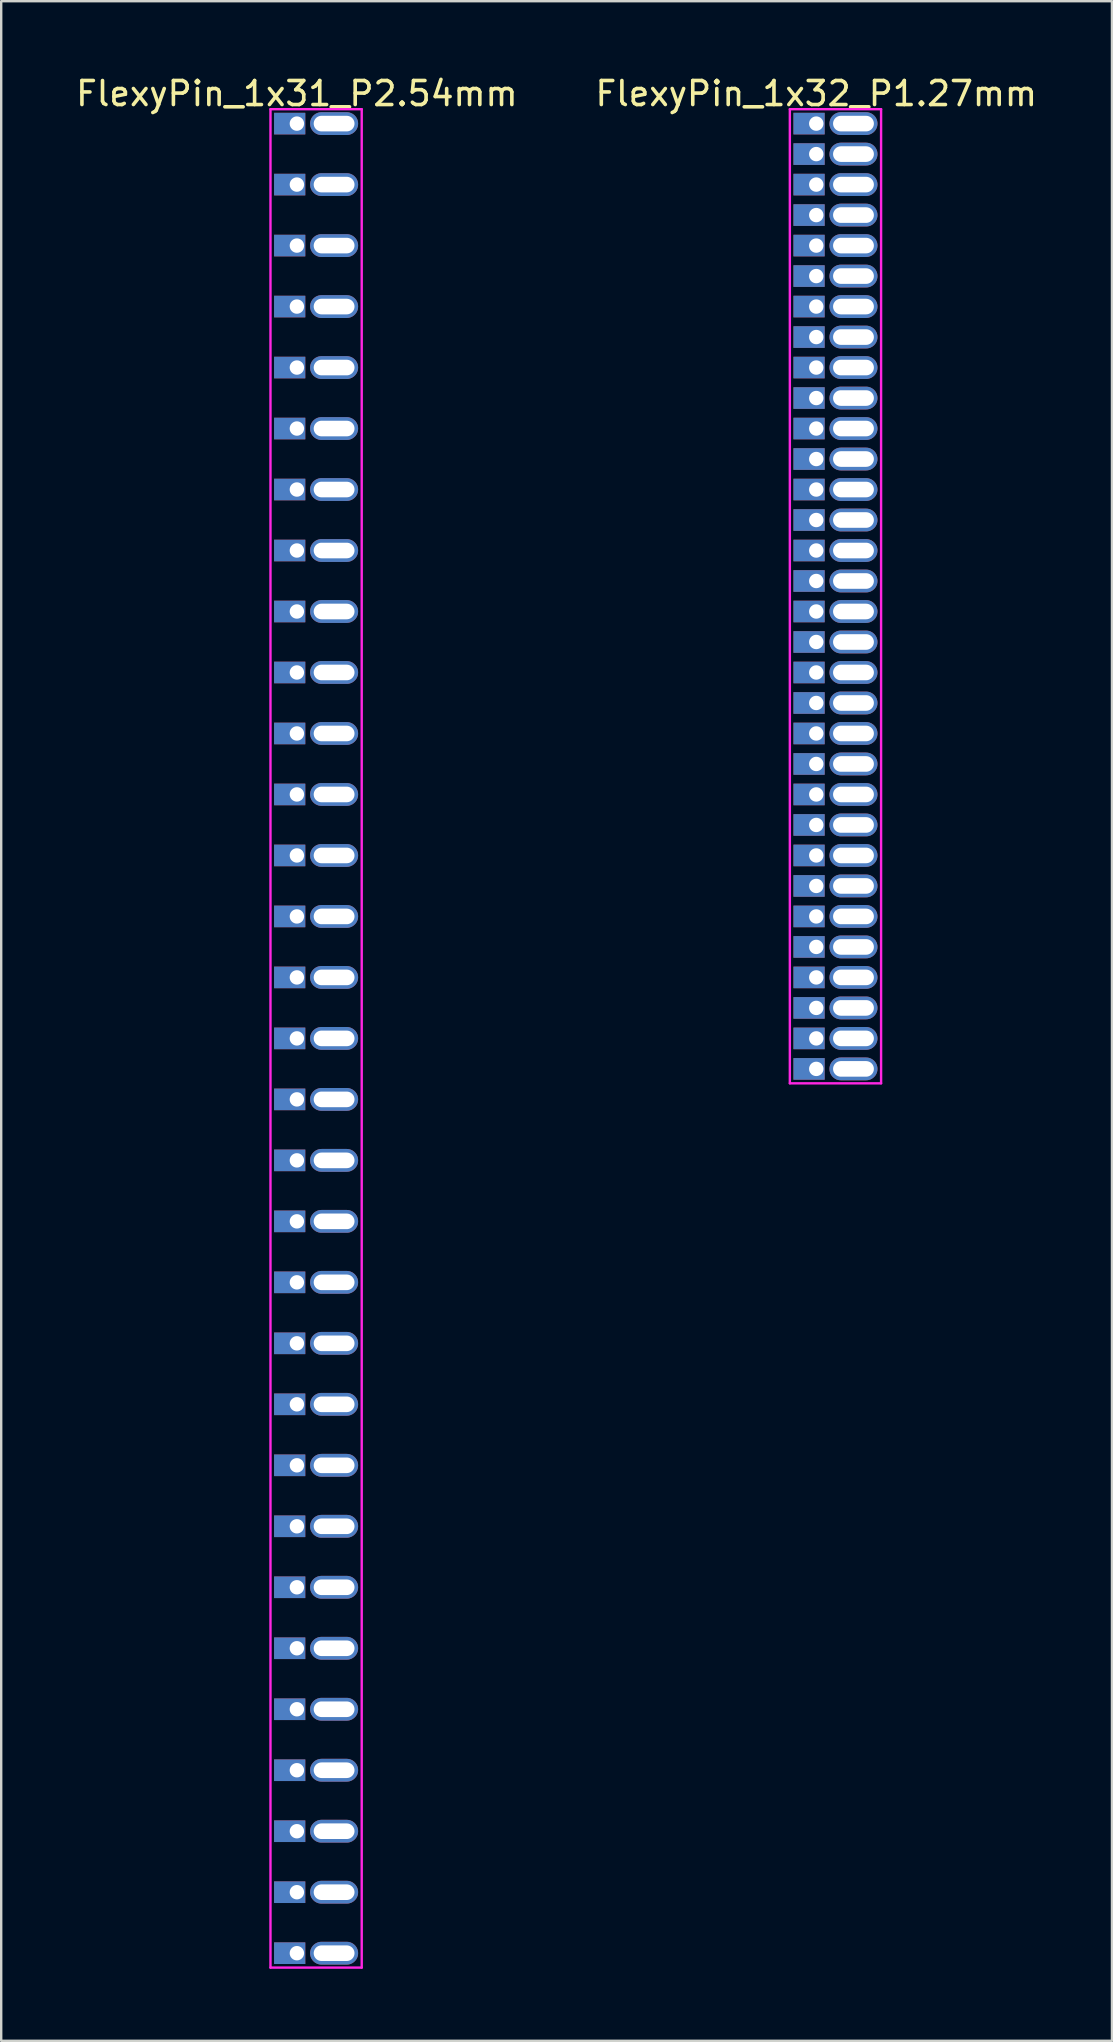
<source format=kicad_pcb>
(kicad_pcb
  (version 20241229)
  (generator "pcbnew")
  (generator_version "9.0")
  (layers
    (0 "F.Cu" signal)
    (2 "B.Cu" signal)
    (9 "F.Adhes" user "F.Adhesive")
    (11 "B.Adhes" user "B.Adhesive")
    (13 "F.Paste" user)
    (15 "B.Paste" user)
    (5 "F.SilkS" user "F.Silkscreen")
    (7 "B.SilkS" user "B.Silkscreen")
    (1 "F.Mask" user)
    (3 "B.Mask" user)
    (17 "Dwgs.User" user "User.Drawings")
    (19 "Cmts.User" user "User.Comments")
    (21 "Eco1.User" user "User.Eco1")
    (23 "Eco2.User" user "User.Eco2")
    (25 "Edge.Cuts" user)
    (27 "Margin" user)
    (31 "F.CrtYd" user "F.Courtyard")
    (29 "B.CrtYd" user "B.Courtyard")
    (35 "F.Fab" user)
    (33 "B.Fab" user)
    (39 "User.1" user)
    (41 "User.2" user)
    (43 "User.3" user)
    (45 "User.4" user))
  (footprint "FlexyPin_1x32_P1.27mm"
    (layer "F.Cu")
    (at 30.946 2.098)
    (property "Reference" "FlexyPin_1x32_P1.27mm" (at 0 -1.25 0) (layer "F.SilkS") (effects (font (size 1 1) (thickness 0.15))))
    (attr through_hole)
    (fp_line (start -1.1 -0.6) (end 2.7 -0.6) (stroke (width 0.1) (type solid)) (layer "F.CrtYd"))
    (fp_line (start -1.1 39.97) (end -1.1 -0.6) (stroke (width 0.1) (type solid)) (layer "F.CrtYd"))
    (fp_line (start 2.7 -0.6) (end 2.7 39.97) (stroke (width 0.1) (type solid)) (layer "F.CrtYd"))
    (fp_line (start 2.7 39.97) (end -1.1 39.97) (stroke (width 0.1) (type solid)) (layer "F.CrtYd"))
    (pad "" thru_hole oval (at 1.55 0) (size 2 0.95) (drill oval 1.7 0.65) (layers "*.Cu" "*.Mask"))
    (pad "" thru_hole oval (at 1.55 1.27) (size 2 0.95) (drill oval 1.7 0.65) (layers "*.Cu" "*.Mask"))
    (pad "" thru_hole oval (at 1.55 2.54) (size 2 0.95) (drill oval 1.7 0.65) (layers "*.Cu" "*.Mask"))
    (pad "" thru_hole oval (at 1.55 3.81) (size 2 0.95) (drill oval 1.7 0.65) (layers "*.Cu" "*.Mask"))
    (pad "" thru_hole oval (at 1.55 5.08) (size 2 0.95) (drill oval 1.7 0.65) (layers "*.Cu" "*.Mask"))
    (pad "" thru_hole oval (at 1.55 6.35) (size 2 0.95) (drill oval 1.7 0.65) (layers "*.Cu" "*.Mask"))
    (pad "" thru_hole oval (at 1.55 7.62) (size 2 0.95) (drill oval 1.7 0.65) (layers "*.Cu" "*.Mask"))
    (pad "" thru_hole oval (at 1.55 8.89) (size 2 0.95) (drill oval 1.7 0.65) (layers "*.Cu" "*.Mask"))
    (pad "" thru_hole oval (at 1.55 10.16) (size 2 0.95) (drill oval 1.7 0.65) (layers "*.Cu" "*.Mask"))
    (pad "" thru_hole oval (at 1.55 11.43) (size 2 0.95) (drill oval 1.7 0.65) (layers "*.Cu" "*.Mask"))
    (pad "" thru_hole oval (at 1.55 12.7) (size 2 0.95) (drill oval 1.7 0.65) (layers "*.Cu" "*.Mask"))
    (pad "" thru_hole oval (at 1.55 13.97) (size 2 0.95) (drill oval 1.7 0.65) (layers "*.Cu" "*.Mask"))
    (pad "" thru_hole oval (at 1.55 15.24) (size 2 0.95) (drill oval 1.7 0.65) (layers "*.Cu" "*.Mask"))
    (pad "" thru_hole oval (at 1.55 16.51) (size 2 0.95) (drill oval 1.7 0.65) (layers "*.Cu" "*.Mask"))
    (pad "" thru_hole oval (at 1.55 17.78) (size 2 0.95) (drill oval 1.7 0.65) (layers "*.Cu" "*.Mask"))
    (pad "" thru_hole oval (at 1.55 19.05) (size 2 0.95) (drill oval 1.7 0.65) (layers "*.Cu" "*.Mask"))
    (pad "" thru_hole oval (at 1.55 20.32) (size 2 0.95) (drill oval 1.7 0.65) (layers "*.Cu" "*.Mask"))
    (pad "" thru_hole oval (at 1.55 21.59) (size 2 0.95) (drill oval 1.7 0.65) (layers "*.Cu" "*.Mask"))
    (pad "" thru_hole oval (at 1.55 22.86) (size 2 0.95) (drill oval 1.7 0.65) (layers "*.Cu" "*.Mask"))
    (pad "" thru_hole oval (at 1.55 24.13) (size 2 0.95) (drill oval 1.7 0.65) (layers "*.Cu" "*.Mask"))
    (pad "" thru_hole oval (at 1.55 25.4) (size 2 0.95) (drill oval 1.7 0.65) (layers "*.Cu" "*.Mask"))
    (pad "" thru_hole oval (at 1.55 26.67) (size 2 0.95) (drill oval 1.7 0.65) (layers "*.Cu" "*.Mask"))
    (pad "" thru_hole oval (at 1.55 27.94) (size 2 0.95) (drill oval 1.7 0.65) (layers "*.Cu" "*.Mask"))
    (pad "" thru_hole oval (at 1.55 29.21) (size 2 0.95) (drill oval 1.7 0.65) (layers "*.Cu" "*.Mask"))
    (pad "" thru_hole oval (at 1.55 30.48) (size 2 0.95) (drill oval 1.7 0.65) (layers "*.Cu" "*.Mask"))
    (pad "" thru_hole oval (at 1.55 31.75) (size 2 0.95) (drill oval 1.7 0.65) (layers "*.Cu" "*.Mask"))
    (pad "" thru_hole oval (at 1.55 33.02) (size 2 0.95) (drill oval 1.7 0.65) (layers "*.Cu" "*.Mask"))
    (pad "" thru_hole oval (at 1.55 34.29) (size 2 0.95) (drill oval 1.7 0.65) (layers "*.Cu" "*.Mask"))
    (pad "" thru_hole oval (at 1.55 35.56) (size 2 0.95) (drill oval 1.7 0.65) (layers "*.Cu" "*.Mask"))
    (pad "" thru_hole oval (at 1.55 36.83) (size 2 0.95) (drill oval 1.7 0.65) (layers "*.Cu" "*.Mask"))
    (pad "" thru_hole oval (at 1.55 38.1) (size 2 0.95) (drill oval 1.7 0.65) (layers "*.Cu" "*.Mask"))
    (pad "" thru_hole oval (at 1.55 39.37) (size 2 0.95) (drill oval 1.7 0.65) (layers "*.Cu" "*.Mask"))
    (pad "1" thru_hole rect (at 0 0) (size 1.3 0.9) (drill 0.6 (offset -0.3 0)) (layers "*.Cu" "*.Mask"))
    (pad "2" thru_hole rect (at 0 1.27) (size 1.3 0.9) (drill 0.6 (offset -0.3 0)) (layers "*.Cu" "*.Mask"))
    (pad "3" thru_hole rect (at 0 2.54) (size 1.3 0.9) (drill 0.6 (offset -0.3 0)) (layers "*.Cu" "*.Mask"))
    (pad "4" thru_hole rect (at 0 3.81) (size 1.3 0.9) (drill 0.6 (offset -0.3 0)) (layers "*.Cu" "*.Mask"))
    (pad "5" thru_hole rect (at 0 5.08) (size 1.3 0.9) (drill 0.6 (offset -0.3 0)) (layers "*.Cu" "*.Mask"))
    (pad "6" thru_hole rect (at 0 6.35) (size 1.3 0.9) (drill 0.6 (offset -0.3 0)) (layers "*.Cu" "*.Mask"))
    (pad "7" thru_hole rect (at 0 7.62) (size 1.3 0.9) (drill 0.6 (offset -0.3 0)) (layers "*.Cu" "*.Mask"))
    (pad "8" thru_hole rect (at 0 8.89) (size 1.3 0.9) (drill 0.6 (offset -0.3 0)) (layers "*.Cu" "*.Mask"))
    (pad "9" thru_hole rect (at 0 10.16) (size 1.3 0.9) (drill 0.6 (offset -0.3 0)) (layers "*.Cu" "*.Mask"))
    (pad "10" thru_hole rect (at 0 11.43) (size 1.3 0.9) (drill 0.6 (offset -0.3 0)) (layers "*.Cu" "*.Mask"))
    (pad "11" thru_hole rect (at 0 12.7) (size 1.3 0.9) (drill 0.6 (offset -0.3 0)) (layers "*.Cu" "*.Mask"))
    (pad "12" thru_hole rect (at 0 13.97) (size 1.3 0.9) (drill 0.6 (offset -0.3 0)) (layers "*.Cu" "*.Mask"))
    (pad "13" thru_hole rect (at 0 15.24) (size 1.3 0.9) (drill 0.6 (offset -0.3 0)) (layers "*.Cu" "*.Mask"))
    (pad "14" thru_hole rect (at 0 16.51) (size 1.3 0.9) (drill 0.6 (offset -0.3 0)) (layers "*.Cu" "*.Mask"))
    (pad "15" thru_hole rect (at 0 17.78) (size 1.3 0.9) (drill 0.6 (offset -0.3 0)) (layers "*.Cu" "*.Mask"))
    (pad "16" thru_hole rect (at 0 19.05) (size 1.3 0.9) (drill 0.6 (offset -0.3 0)) (layers "*.Cu" "*.Mask"))
    (pad "17" thru_hole rect (at 0 20.32) (size 1.3 0.9) (drill 0.6 (offset -0.3 0)) (layers "*.Cu" "*.Mask"))
    (pad "18" thru_hole rect (at 0 21.59) (size 1.3 0.9) (drill 0.6 (offset -0.3 0)) (layers "*.Cu" "*.Mask"))
    (pad "19" thru_hole rect (at 0 22.86) (size 1.3 0.9) (drill 0.6 (offset -0.3 0)) (layers "*.Cu" "*.Mask"))
    (pad "20" thru_hole rect (at 0 24.13) (size 1.3 0.9) (drill 0.6 (offset -0.3 0)) (layers "*.Cu" "*.Mask"))
    (pad "21" thru_hole rect (at 0 25.4) (size 1.3 0.9) (drill 0.6 (offset -0.3 0)) (layers "*.Cu" "*.Mask"))
    (pad "22" thru_hole rect (at 0 26.67) (size 1.3 0.9) (drill 0.6 (offset -0.3 0)) (layers "*.Cu" "*.Mask"))
    (pad "23" thru_hole rect (at 0 27.94) (size 1.3 0.9) (drill 0.6 (offset -0.3 0)) (layers "*.Cu" "*.Mask"))
    (pad "24" thru_hole rect (at 0 29.21) (size 1.3 0.9) (drill 0.6 (offset -0.3 0)) (layers "*.Cu" "*.Mask"))
    (pad "25" thru_hole rect (at 0 30.48) (size 1.3 0.9) (drill 0.6 (offset -0.3 0)) (layers "*.Cu" "*.Mask"))
    (pad "26" thru_hole rect (at 0 31.75) (size 1.3 0.9) (drill 0.6 (offset -0.3 0)) (layers "*.Cu" "*.Mask"))
    (pad "27" thru_hole rect (at 0 33.02) (size 1.3 0.9) (drill 0.6 (offset -0.3 0)) (layers "*.Cu" "*.Mask"))
    (pad "28" thru_hole rect (at 0 34.29) (size 1.3 0.9) (drill 0.6 (offset -0.3 0)) (layers "*.Cu" "*.Mask"))
    (pad "29" thru_hole rect (at 0 35.56) (size 1.3 0.9) (drill 0.6 (offset -0.3 0)) (layers "*.Cu" "*.Mask"))
    (pad "30" thru_hole rect (at 0 36.83) (size 1.3 0.9) (drill 0.6 (offset -0.3 0)) (layers "*.Cu" "*.Mask"))
    (pad "31" thru_hole rect (at 0 38.1) (size 1.3 0.9) (drill 0.6 (offset -0.3 0)) (layers "*.Cu" "*.Mask"))
    (pad "32" thru_hole rect (at 0 39.37) (size 1.3 0.9) (drill 0.6 (offset -0.3 0)) (layers "*.Cu" "*.Mask")))
  (footprint "FlexyPin_1x31_P2.54mm"
    (layer "F.Cu")
    (at 9.315 2.098)
    (property "Reference" "FlexyPin_1x31_P2.54mm" (at 0 -1.25 0) (layer "F.SilkS") (effects (font (size 1 1) (thickness 0.15))))
    (attr through_hole)
    (fp_line (start -1.1 -0.6) (end 2.7 -0.6) (stroke (width 0.1) (type solid)) (layer "F.CrtYd"))
    (fp_line (start -1.1 76.8) (end -1.1 -0.6) (stroke (width 0.1) (type solid)) (layer "F.CrtYd"))
    (fp_line (start 2.7 -0.6) (end 2.7 76.8) (stroke (width 0.1) (type solid)) (layer "F.CrtYd"))
    (fp_line (start 2.7 76.8) (end -1.1 76.8) (stroke (width 0.1) (type solid)) (layer "F.CrtYd"))
    (pad "" thru_hole oval (at 1.55 0) (size 2 0.95) (drill oval 1.7 0.65) (layers "*.Cu" "*.Mask"))
    (pad "" thru_hole oval (at 1.55 2.54) (size 2 0.95) (drill oval 1.7 0.65) (layers "*.Cu" "*.Mask"))
    (pad "" thru_hole oval (at 1.55 5.08) (size 2 0.95) (drill oval 1.7 0.65) (layers "*.Cu" "*.Mask"))
    (pad "" thru_hole oval (at 1.55 7.62) (size 2 0.95) (drill oval 1.7 0.65) (layers "*.Cu" "*.Mask"))
    (pad "" thru_hole oval (at 1.55 10.16) (size 2 0.95) (drill oval 1.7 0.65) (layers "*.Cu" "*.Mask"))
    (pad "" thru_hole oval (at 1.55 12.7) (size 2 0.95) (drill oval 1.7 0.65) (layers "*.Cu" "*.Mask"))
    (pad "" thru_hole oval (at 1.55 15.24) (size 2 0.95) (drill oval 1.7 0.65) (layers "*.Cu" "*.Mask"))
    (pad "" thru_hole oval (at 1.55 17.78) (size 2 0.95) (drill oval 1.7 0.65) (layers "*.Cu" "*.Mask"))
    (pad "" thru_hole oval (at 1.55 20.32) (size 2 0.95) (drill oval 1.7 0.65) (layers "*.Cu" "*.Mask"))
    (pad "" thru_hole oval (at 1.55 22.86) (size 2 0.95) (drill oval 1.7 0.65) (layers "*.Cu" "*.Mask"))
    (pad "" thru_hole oval (at 1.55 25.4) (size 2 0.95) (drill oval 1.7 0.65) (layers "*.Cu" "*.Mask"))
    (pad "" thru_hole oval (at 1.55 27.94) (size 2 0.95) (drill oval 1.7 0.65) (layers "*.Cu" "*.Mask"))
    (pad "" thru_hole oval (at 1.55 30.48) (size 2 0.95) (drill oval 1.7 0.65) (layers "*.Cu" "*.Mask"))
    (pad "" thru_hole oval (at 1.55 33.02) (size 2 0.95) (drill oval 1.7 0.65) (layers "*.Cu" "*.Mask"))
    (pad "" thru_hole oval (at 1.55 35.56) (size 2 0.95) (drill oval 1.7 0.65) (layers "*.Cu" "*.Mask"))
    (pad "" thru_hole oval (at 1.55 38.1) (size 2 0.95) (drill oval 1.7 0.65) (layers "*.Cu" "*.Mask"))
    (pad "" thru_hole oval (at 1.55 40.64) (size 2 0.95) (drill oval 1.7 0.65) (layers "*.Cu" "*.Mask"))
    (pad "" thru_hole oval (at 1.55 43.18) (size 2 0.95) (drill oval 1.7 0.65) (layers "*.Cu" "*.Mask"))
    (pad "" thru_hole oval (at 1.55 45.72) (size 2 0.95) (drill oval 1.7 0.65) (layers "*.Cu" "*.Mask"))
    (pad "" thru_hole oval (at 1.55 48.26) (size 2 0.95) (drill oval 1.7 0.65) (layers "*.Cu" "*.Mask"))
    (pad "" thru_hole oval (at 1.55 50.8) (size 2 0.95) (drill oval 1.7 0.65) (layers "*.Cu" "*.Mask"))
    (pad "" thru_hole oval (at 1.55 53.34) (size 2 0.95) (drill oval 1.7 0.65) (layers "*.Cu" "*.Mask"))
    (pad "" thru_hole oval (at 1.55 55.88) (size 2 0.95) (drill oval 1.7 0.65) (layers "*.Cu" "*.Mask"))
    (pad "" thru_hole oval (at 1.55 58.42) (size 2 0.95) (drill oval 1.7 0.65) (layers "*.Cu" "*.Mask"))
    (pad "" thru_hole oval (at 1.55 60.96) (size 2 0.95) (drill oval 1.7 0.65) (layers "*.Cu" "*.Mask"))
    (pad "" thru_hole oval (at 1.55 63.5) (size 2 0.95) (drill oval 1.7 0.65) (layers "*.Cu" "*.Mask"))
    (pad "" thru_hole oval (at 1.55 66.04) (size 2 0.95) (drill oval 1.7 0.65) (layers "*.Cu" "*.Mask"))
    (pad "" thru_hole oval (at 1.55 68.58) (size 2 0.95) (drill oval 1.7 0.65) (layers "*.Cu" "*.Mask"))
    (pad "" thru_hole oval (at 1.55 71.12) (size 2 0.95) (drill oval 1.7 0.65) (layers "*.Cu" "*.Mask"))
    (pad "" thru_hole oval (at 1.55 73.66) (size 2 0.95) (drill oval 1.7 0.65) (layers "*.Cu" "*.Mask"))
    (pad "" thru_hole oval (at 1.55 76.2) (size 2 0.95) (drill oval 1.7 0.65) (layers "*.Cu" "*.Mask"))
    (pad "1" thru_hole rect (at 0 0) (size 1.3 0.9) (drill 0.6 (offset -0.3 0)) (layers "*.Cu" "*.Mask"))
    (pad "2" thru_hole rect (at 0 2.54) (size 1.3 0.9) (drill 0.6 (offset -0.3 0)) (layers "*.Cu" "*.Mask"))
    (pad "3" thru_hole rect (at 0 5.08) (size 1.3 0.9) (drill 0.6 (offset -0.3 0)) (layers "*.Cu" "*.Mask"))
    (pad "4" thru_hole rect (at 0 7.62) (size 1.3 0.9) (drill 0.6 (offset -0.3 0)) (layers "*.Cu" "*.Mask"))
    (pad "5" thru_hole rect (at 0 10.16) (size 1.3 0.9) (drill 0.6 (offset -0.3 0)) (layers "*.Cu" "*.Mask"))
    (pad "6" thru_hole rect (at 0 12.7) (size 1.3 0.9) (drill 0.6 (offset -0.3 0)) (layers "*.Cu" "*.Mask"))
    (pad "7" thru_hole rect (at 0 15.24) (size 1.3 0.9) (drill 0.6 (offset -0.3 0)) (layers "*.Cu" "*.Mask"))
    (pad "8" thru_hole rect (at 0 17.78) (size 1.3 0.9) (drill 0.6 (offset -0.3 0)) (layers "*.Cu" "*.Mask"))
    (pad "9" thru_hole rect (at 0 20.32) (size 1.3 0.9) (drill 0.6 (offset -0.3 0)) (layers "*.Cu" "*.Mask"))
    (pad "10" thru_hole rect (at 0 22.86) (size 1.3 0.9) (drill 0.6 (offset -0.3 0)) (layers "*.Cu" "*.Mask"))
    (pad "11" thru_hole rect (at 0 25.4) (size 1.3 0.9) (drill 0.6 (offset -0.3 0)) (layers "*.Cu" "*.Mask"))
    (pad "12" thru_hole rect (at 0 27.94) (size 1.3 0.9) (drill 0.6 (offset -0.3 0)) (layers "*.Cu" "*.Mask"))
    (pad "13" thru_hole rect (at 0 30.48) (size 1.3 0.9) (drill 0.6 (offset -0.3 0)) (layers "*.Cu" "*.Mask"))
    (pad "14" thru_hole rect (at 0 33.02) (size 1.3 0.9) (drill 0.6 (offset -0.3 0)) (layers "*.Cu" "*.Mask"))
    (pad "15" thru_hole rect (at 0 35.56) (size 1.3 0.9) (drill 0.6 (offset -0.3 0)) (layers "*.Cu" "*.Mask"))
    (pad "16" thru_hole rect (at 0 38.1) (size 1.3 0.9) (drill 0.6 (offset -0.3 0)) (layers "*.Cu" "*.Mask"))
    (pad "17" thru_hole rect (at 0 40.64) (size 1.3 0.9) (drill 0.6 (offset -0.3 0)) (layers "*.Cu" "*.Mask"))
    (pad "18" thru_hole rect (at 0 43.18) (size 1.3 0.9) (drill 0.6 (offset -0.3 0)) (layers "*.Cu" "*.Mask"))
    (pad "19" thru_hole rect (at 0 45.72) (size 1.3 0.9) (drill 0.6 (offset -0.3 0)) (layers "*.Cu" "*.Mask"))
    (pad "20" thru_hole rect (at 0 48.26) (size 1.3 0.9) (drill 0.6 (offset -0.3 0)) (layers "*.Cu" "*.Mask"))
    (pad "21" thru_hole rect (at 0 50.8) (size 1.3 0.9) (drill 0.6 (offset -0.3 0)) (layers "*.Cu" "*.Mask"))
    (pad "22" thru_hole rect (at 0 53.34) (size 1.3 0.9) (drill 0.6 (offset -0.3 0)) (layers "*.Cu" "*.Mask"))
    (pad "23" thru_hole rect (at 0 55.88) (size 1.3 0.9) (drill 0.6 (offset -0.3 0)) (layers "*.Cu" "*.Mask"))
    (pad "24" thru_hole rect (at 0 58.42) (size 1.3 0.9) (drill 0.6 (offset -0.3 0)) (layers "*.Cu" "*.Mask"))
    (pad "25" thru_hole rect (at 0 60.96) (size 1.3 0.9) (drill 0.6 (offset -0.3 0)) (layers "*.Cu" "*.Mask"))
    (pad "26" thru_hole rect (at 0 63.5) (size 1.3 0.9) (drill 0.6 (offset -0.3 0)) (layers "*.Cu" "*.Mask"))
    (pad "27" thru_hole rect (at 0 66.04) (size 1.3 0.9) (drill 0.6 (offset -0.3 0)) (layers "*.Cu" "*.Mask"))
    (pad "28" thru_hole rect (at 0 68.58) (size 1.3 0.9) (drill 0.6 (offset -0.3 0)) (layers "*.Cu" "*.Mask"))
    (pad "29" thru_hole rect (at 0 71.12) (size 1.3 0.9) (drill 0.6 (offset -0.3 0)) (layers "*.Cu" "*.Mask"))
    (pad "30" thru_hole rect (at 0 73.66) (size 1.3 0.9) (drill 0.6 (offset -0.3 0)) (layers "*.Cu" "*.Mask"))
    (pad "31" thru_hole rect (at 0 76.2) (size 1.3 0.9) (drill 0.6 (offset -0.3 0)) (layers "*.Cu" "*.Mask")))
  (gr_rect
    (start -3 -3)
    (end 43.262 81.948)
    (stroke (width 0.1) (type default))
    (fill no)
    (layer "Edge.Cuts")))
</source>
